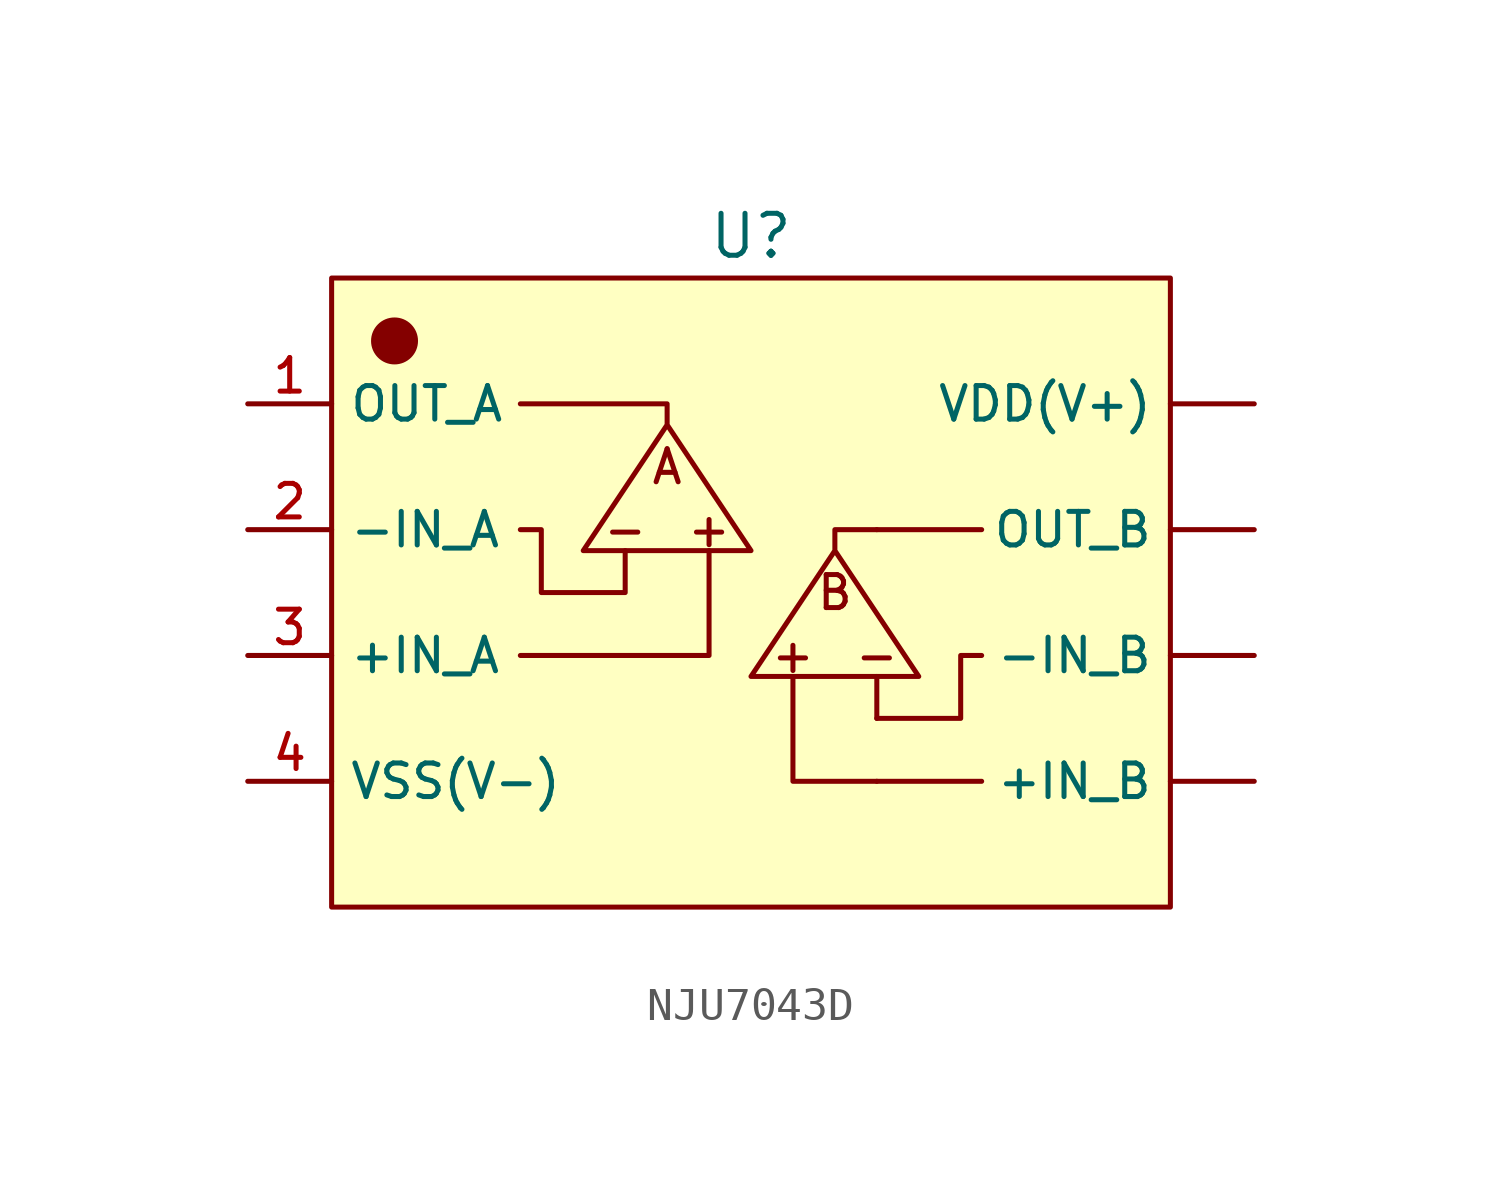
<source format=kicad_sym>
(kicad_symbol_lib
  (version 20220914)
  (generator kicad_symbol_editor)
  (symbol "NJU7043D"
    (property "Reference" "U"
      (at 0 1.27 0)
      (effects (font (size 1.27 1.27))))
    (property "Value" ""
      (at 0 0 0)
      (effects (font (size 1.27 1.27))))
    (symbol "NJU7043D_0_1"
      (polyline (pts (xy 3.81 -15.24) (xy 6.985 -15.24)) (stroke (width 0) (type default)) (fill (type none)))
      (polyline (pts (xy 3.81 -7.62) (xy 6.985 -7.62)) (stroke (width 0) (type default)) (fill (type none)))
      (polyline (pts (xy -1.27 -8.255) (xy -1.27 -11.43) (xy -6.985 -11.43)) (stroke (width 0) (type default)) (fill (type none)))
      (polyline (pts (xy 1.27 -12.065) (xy 1.27 -15.24) (xy 3.81 -15.24)) (stroke (width 0) (type default)) (fill (type none)))
      (polyline (pts (xy 3.81 -12.065) (xy 3.81 -13.335) (xy 3.81 -13.335)) (stroke (width 0) (type default)) (fill (type none)))
      (polyline (pts (xy 3.81 -13.335) (xy 6.35 -13.335) (xy 6.35 -11.43) (xy 6.985 -11.43)) (stroke (width 0) (type default)) (fill (type none)))
      (polyline (pts (xy -3.81 -8.255) (xy -3.81 -9.525) (xy -6.35 -9.525) (xy -6.35 -7.62) (xy -6.985 -7.62)) (stroke (width 0) (type default)) (fill (type none)))
      (polyline (pts (xy -6.985 -3.81) (xy -2.54 -3.81) (xy -2.54 -4.445) (xy -5.08 -8.255) (xy 0 -8.255) (xy -2.54 -4.445)) (stroke (width 0) (type default)) (fill (type none)))
      (polyline (pts (xy 3.81 -7.62) (xy 2.54 -7.62) (xy 2.54 -8.255) (xy 0 -12.065) (xy 5.08 -12.065) (xy 2.54 -8.255)) (stroke (width 0) (type default)) (fill (type none))))
    (symbol "NJU7043D_1_0"
      (pin power_out line (at 15.24 -15.24 180) (length 2.54) (name "+IN_B" (effects (font (size 1.016 1.016)))) (number "" (effects (font (size 1.016 1.016)))))
      (pin power_out line (at 15.24 -11.43 180) (length 2.54) (name "-IN_B" (effects (font (size 1.016 1.016)))) (number "" (effects (font (size 1.016 1.016)))))
      (pin power_out line (at 15.24 -7.62 180) (length 2.54) (name "OUT_B" (effects (font (size 1.016 1.016)))) (number "" (effects (font (size 1.016 1.016)))))
      (pin power_out line (at 15.24 -3.81 180) (length 2.54) (name "VDD(V+)" (effects (font (size 1.016 1.016)))) (number "" (effects (font (size 1.016 1.016)))))
      (pin power_out line (at -15.24 -3.81 0) (length 2.54) (name "OUT_A" (effects (font (size 1.016 1.016)))) (number "1" (effects (font (size 1.016 1.016)))))
      (pin power_out line (at -15.24 -7.62 0) (length 2.54) (name "-IN_A" (effects (font (size 1.016 1.016)))) (number "2" (effects (font (size 1.016 1.016)))))
      (pin power_out line (at -15.24 -11.43 0) (length 2.54) (name "+IN_A" (effects (font (size 1.016 1.016)))) (number "3" (effects (font (size 1.016 1.016)))))
      (pin power_out line (at -15.24 -15.24 0) (length 2.54) (name "VSS(V-)" (effects (font (size 1.016 1.016)))) (number "4" (effects (font (size 1.016 1.016))))))
    (symbol "NJU7043D_1_1"
      (rectangle (start -12.7 0) (end 12.7 -19.05) (stroke (width 0) (type default)) (fill (type background)))
      (circle (center -10.795 -1.905) (radius 0.635) (stroke (width 0) (type default)) (fill (type outline)))
      (text "+" (at -1.27 -7.62 0) (effects (font (size 1 1))))
      (text "+" (at 1.27 -11.43 0) (effects (font (size 1 1))))
      (text "-" (at -3.81 -7.62 0) (effects (font (size 1 1))))
      (text "-" (at 3.81 -11.43 0) (effects (font (size 1 1))))
      (text "A" (at -2.54 -5.715 0) (effects (font (size 1 1))))
      (text "B" (at 2.54 -9.525 0) (effects (font (size 1 1)))))))
</source>
